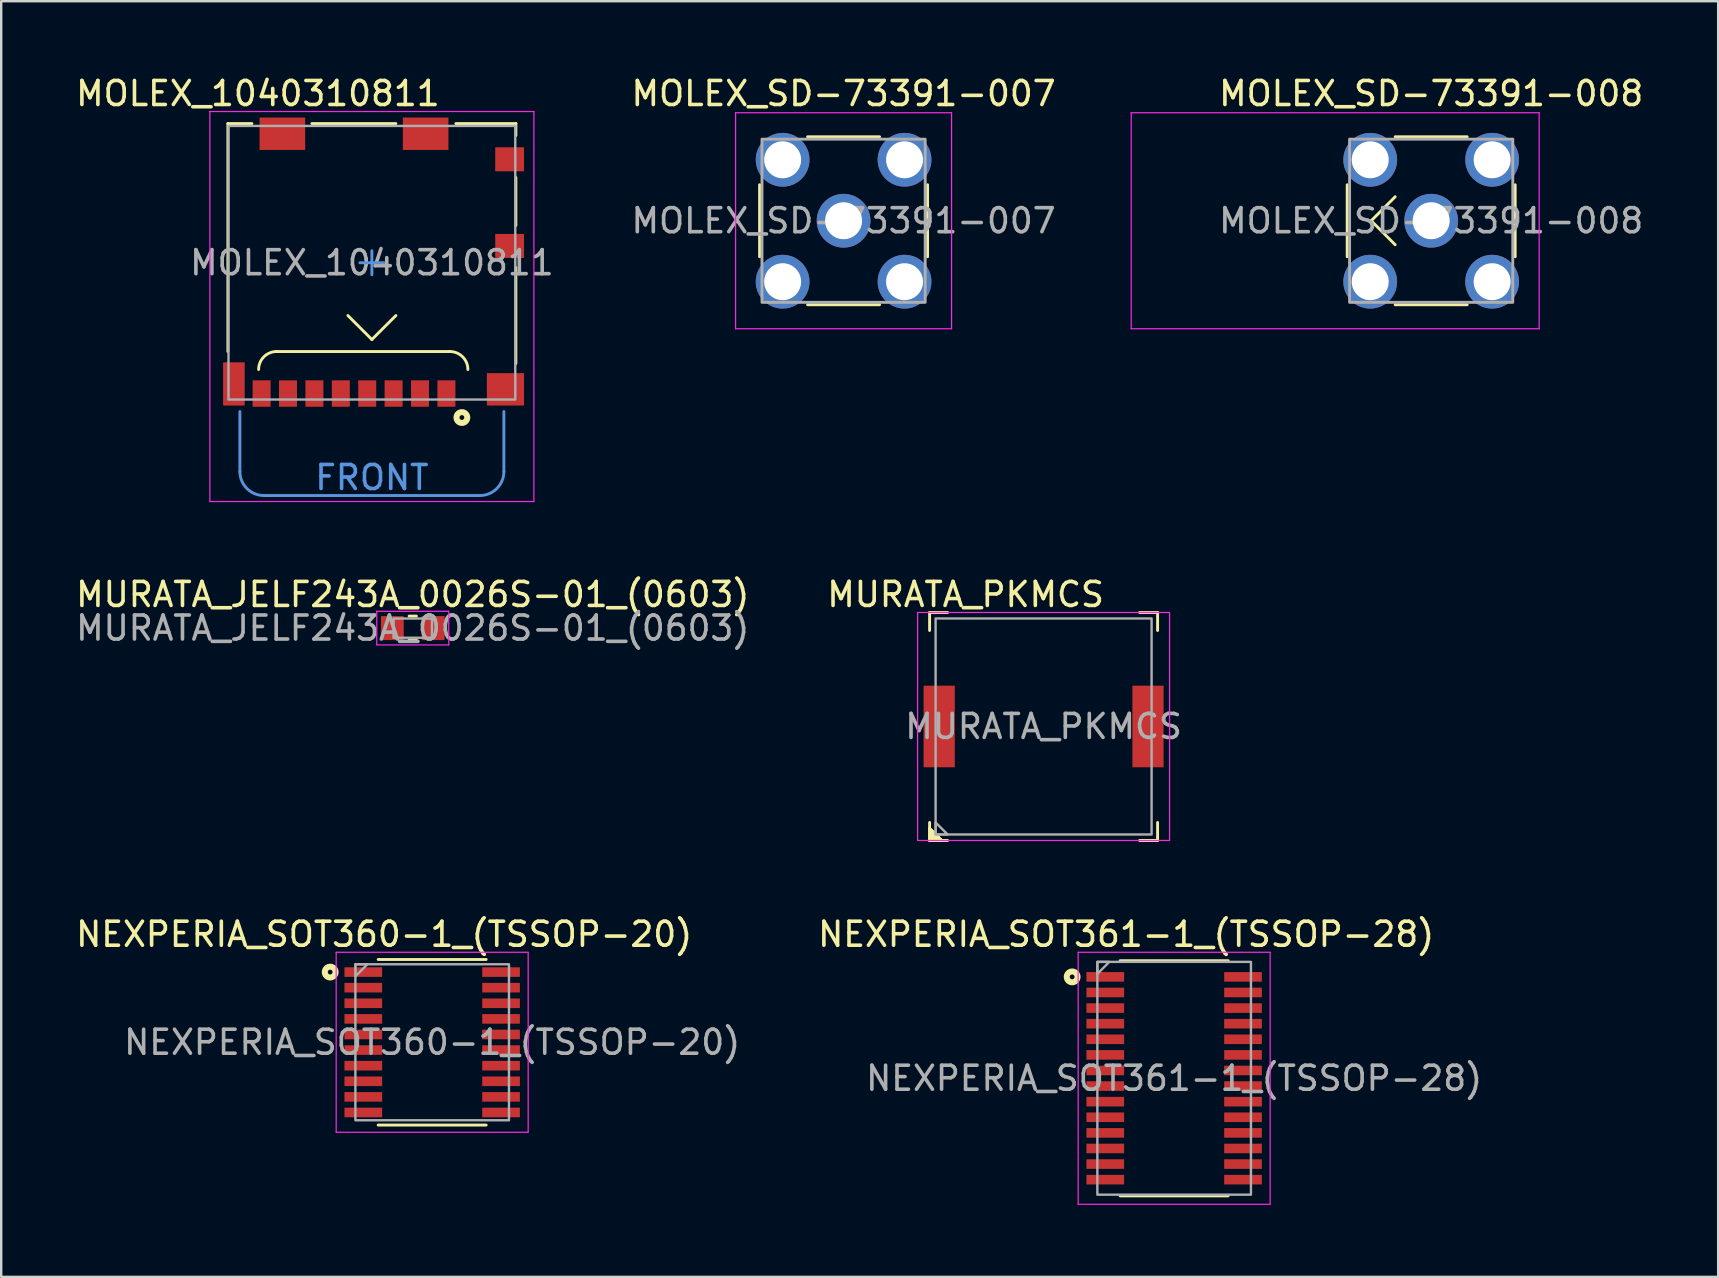
<source format=kicad_pcb>
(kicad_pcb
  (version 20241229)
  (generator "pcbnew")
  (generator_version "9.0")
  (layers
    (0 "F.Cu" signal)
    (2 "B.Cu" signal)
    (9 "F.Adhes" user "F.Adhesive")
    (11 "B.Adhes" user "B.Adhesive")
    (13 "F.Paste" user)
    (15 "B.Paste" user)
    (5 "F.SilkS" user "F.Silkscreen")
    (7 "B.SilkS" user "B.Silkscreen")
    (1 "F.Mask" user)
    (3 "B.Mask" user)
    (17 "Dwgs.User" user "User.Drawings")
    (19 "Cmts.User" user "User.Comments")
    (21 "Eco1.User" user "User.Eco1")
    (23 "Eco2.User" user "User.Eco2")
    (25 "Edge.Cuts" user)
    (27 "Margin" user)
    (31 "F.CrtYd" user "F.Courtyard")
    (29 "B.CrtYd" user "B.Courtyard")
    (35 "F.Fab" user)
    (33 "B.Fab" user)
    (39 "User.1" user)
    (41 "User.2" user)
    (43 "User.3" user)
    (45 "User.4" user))
  (footprint "NEXPERIA_SOT360-1_(TSSOP-20)"
    (layer "F.Cu")
    (at 14.958 40.38)
    (property "Reference" "NEXPERIA_SOT360-1_(TSSOP-20)" (at -2 -4.5 0) (unlocked yes) (layer "F.SilkS") (effects (font (size 1 1) (thickness 0.15))))
    (attr smd)
    (fp_line (start 2.25 -3.45) (end -2.25 -3.45) (stroke (width 0.12) (type solid)) (layer "F.SilkS"))
    (fp_line (start 2.25 3.45) (end -2.25 3.45) (stroke (width 0.12) (type solid)) (layer "F.SilkS"))
    (fp_circle (center -4.25 -2.925) (end -4.15 -2.925) (stroke (width 0.25) (type solid)) (fill no) (layer "F.SilkS"))
    (fp_line (start -4 -3.75) (end 4 -3.75) (stroke (width 0.05) (type solid)) (layer "F.CrtYd"))
    (fp_line (start -4 3.75) (end -4 -3.75) (stroke (width 0.05) (type solid)) (layer "F.CrtYd"))
    (fp_line (start 4 -3.75) (end 4 3.75) (stroke (width 0.05) (type solid)) (layer "F.CrtYd"))
    (fp_line (start 4 3.75) (end -4 3.75) (stroke (width 0.05) (type solid)) (layer "F.CrtYd"))
    (fp_rect (start 3.2 -3.25) (end -3.2 3.25) (stroke (width 0.1) (type solid)) (fill no) (layer "F.Fab"))
    (fp_poly (pts (xy -3.2 -2.75) (xy -3.2 -3.25) (xy -2.7 -3.25)) (stroke (width 0.1) (type solid)) (fill no) (layer "F.Fab"))
    (fp_text user "${REFERENCE}" (at 0 0 0) (unlocked yes) (layer "F.Fab") (effects (font (size 1 1) (thickness 0.15))))
    (pad "1" smd rect (at -2.87 -2.925) (size 1.57 0.4) (layers "F.Cu" "F.Mask" "F.Paste"))
    (pad "2" smd rect (at -2.87 -2.275) (size 1.57 0.4) (layers "F.Cu" "F.Mask" "F.Paste"))
    (pad "3" smd rect (at -2.87 -1.625) (size 1.57 0.4) (layers "F.Cu" "F.Mask" "F.Paste"))
    (pad "4" smd rect (at -2.87 -0.975) (size 1.57 0.4) (layers "F.Cu" "F.Mask" "F.Paste"))
    (pad "5" smd rect (at -2.87 -0.325) (size 1.57 0.4) (layers "F.Cu" "F.Mask" "F.Paste"))
    (pad "6" smd rect (at -2.87 0.325) (size 1.57 0.4) (layers "F.Cu" "F.Mask" "F.Paste"))
    (pad "7" smd rect (at -2.87 0.975) (size 1.57 0.4) (layers "F.Cu" "F.Mask" "F.Paste"))
    (pad "8" smd rect (at -2.87 1.625) (size 1.57 0.4) (layers "F.Cu" "F.Mask" "F.Paste"))
    (pad "9" smd rect (at -2.87 2.275) (size 1.57 0.4) (layers "F.Cu" "F.Mask" "F.Paste"))
    (pad "10" smd rect (at -2.87 2.925) (size 1.57 0.4) (layers "F.Cu" "F.Mask" "F.Paste"))
    (pad "11" smd rect (at 2.87 2.925) (size 1.57 0.4) (layers "F.Cu" "F.Mask" "F.Paste"))
    (pad "12" smd rect (at 2.87 2.275) (size 1.57 0.4) (layers "F.Cu" "F.Mask" "F.Paste"))
    (pad "13" smd rect (at 2.87 1.625) (size 1.57 0.4) (layers "F.Cu" "F.Mask" "F.Paste"))
    (pad "14" smd rect (at 2.87 0.975) (size 1.57 0.4) (layers "F.Cu" "F.Mask" "F.Paste"))
    (pad "15" smd rect (at 2.87 0.325) (size 1.57 0.4) (layers "F.Cu" "F.Mask" "F.Paste"))
    (pad "16" smd rect (at 2.87 -0.325) (size 1.57 0.4) (layers "F.Cu" "F.Mask" "F.Paste"))
    (pad "17" smd rect (at 2.87 -0.975) (size 1.57 0.4) (layers "F.Cu" "F.Mask" "F.Paste"))
    (pad "18" smd rect (at 2.87 -1.625) (size 1.57 0.4) (layers "F.Cu" "F.Mask" "F.Paste"))
    (pad "19" smd rect (at 2.87 -2.275) (size 1.57 0.4) (layers "F.Cu" "F.Mask" "F.Paste"))
    (pad "20" smd rect (at 2.87 -2.925) (size 1.57 0.4) (layers "F.Cu" "F.Mask" "F.Paste")))
  (footprint "MOLEX_SD-73391-008"
    (layer "F.Cu")
    (at 56.585 6.148)
    (property "Reference" "MOLEX_SD-73391-008" (at 0 -5.3 0) (unlocked yes) (layer "F.SilkS") (effects (font (size 1 1) (thickness 0.15))))
    (attr smd)
    (fp_line (start -3.5 -1.5) (end -3.5 1.5) (stroke (width 0.12) (type solid)) (layer "F.SilkS"))
    (fp_line (start -2.5 0) (end -1.5 -1) (stroke (width 0.12) (type solid)) (layer "F.SilkS"))
    (fp_line (start -2.5 0) (end -1.5 1) (stroke (width 0.12) (type solid)) (layer "F.SilkS"))
    (fp_line (start -1.5 -3.5) (end 1.5 -3.5) (stroke (width 0.12) (type solid)) (layer "F.SilkS"))
    (fp_line (start -1.5 3.5) (end 1.5 3.5) (stroke (width 0.12) (type solid)) (layer "F.SilkS"))
    (fp_line (start 3.5 -1.5) (end 3.5 1.5) (stroke (width 0.12) (type solid)) (layer "F.SilkS"))
    (fp_line (start -12.5 -4.5) (end -12.5 4.5) (stroke (width 0.05) (type solid)) (layer "F.CrtYd"))
    (fp_line (start 4.5 -4.5) (end -12.5 -4.5) (stroke (width 0.05) (type solid)) (layer "F.CrtYd"))
    (fp_line (start 4.5 4.5) (end -12.5 4.5) (stroke (width 0.05) (type solid)) (layer "F.CrtYd"))
    (fp_line (start 4.5 4.5) (end 4.5 -4.5) (stroke (width 0.05) (type solid)) (layer "F.CrtYd"))
    (fp_rect (start -3.4 -3.4) (end 3.4 3.4) (stroke (width 0.12) (type solid)) (fill no) (layer "F.Fab"))
    (fp_text user "${REFERENCE}" (at 0 0 0) (unlocked yes) (layer "F.Fab") (effects (font (size 1 1) (thickness 0.15))))
    (pad "ANT" thru_hole circle (at 0 0) (size 2.24 2.24) (drill 1.54) (layers "*.Cu" "*.Mask"))
    (pad "GND1" thru_hole circle (at -2.54 -2.54) (size 2.24 2.24) (drill 1.54) (layers "*.Cu" "*.Mask"))
    (pad "GND2" thru_hole circle (at 2.54 -2.54) (size 2.24 2.24) (drill 1.54) (layers "*.Cu" "*.Mask"))
    (pad "GND3" thru_hole circle (at -2.54 2.54) (size 2.24 2.24) (drill 1.54) (layers "*.Cu" "*.Mask"))
    (pad "GND4" thru_hole circle (at 2.54 2.54) (size 2.24 2.24) (drill 1.54) (layers "*.Cu" "*.Mask")))
  (footprint "MOLEX_1040310811"
    (layer "F.Cu")
    (at 12.446 7.898)
    (property "Reference" "MOLEX_1040310811" (at -4.75 -7.05 0) (unlocked yes) (layer "F.SilkS") (effects (font (size 1 1) (thickness 0.15))))
    (attr smd)
    (fp_line (start -6 3.7) (end -6 -5.8) (stroke (width 0.12) (type solid)) (layer "F.SilkS"))
    (fp_line (start -5 -5.8) (end -6 -5.8) (stroke (width 0.12) (type solid)) (layer "F.SilkS"))
    (fp_line (start -1 2.2) (end 0 3.2) (stroke (width 0.12) (type solid)) (layer "F.SilkS"))
    (fp_line (start 0 3.2) (end 1 2.2) (stroke (width 0.12) (type solid)) (layer "F.SilkS"))
    (fp_line (start 1 -5.8) (end -2.5 -5.8) (stroke (width 0.12) (type solid)) (layer "F.SilkS"))
    (fp_line (start 3.25 3.7) (end -4 3.7) (stroke (width 0.12) (type solid)) (layer "F.SilkS"))
    (fp_line (start 6 -5.8) (end 3.5 -5.8) (stroke (width 0.12) (type solid)) (layer "F.SilkS"))
    (fp_line (start 6 -5.3) (end 6 -5.8) (stroke (width 0.12) (type solid)) (layer "F.SilkS"))
    (fp_line (start 6 -1.55) (end 6 -3.55) (stroke (width 0.12) (type solid)) (layer "F.SilkS"))
    (fp_line (start 6 4.2) (end 6 0.2) (stroke (width 0.12) (type solid)) (layer "F.SilkS"))
    (fp_arc (start -4.71967 4.45) (mid -4.5 3.91967) (end -3.96967 3.7) (stroke (width 0.12) (type solid)) (layer "F.SilkS"))
    (fp_arc (start 3.25 3.7) (mid 3.78033 3.91967) (end 4 4.45) (stroke (width 0.12) (type solid)) (layer "F.SilkS"))
    (fp_circle (center 3.75 6.45) (end 3.85 6.45) (stroke (width 0.25) (type solid)) (fill no) (layer "F.SilkS"))
    (fp_line (start -5.5 6.2) (end -5.5 8.7) (stroke (width 0.12) (type solid)) (layer "Cmts.User"))
    (fp_line (start -4.5 9.7) (end 4.5 9.7) (stroke (width 0.12) (type solid)) (layer "Cmts.User"))
    (fp_line (start -0.5 0) (end 0.5 0) (stroke (width 0.12) (type solid)) (layer "Cmts.User"))
    (fp_line (start 0 0.5) (end 0 -0.5) (stroke (width 0.12) (type solid)) (layer "Cmts.User"))
    (fp_line (start 5.5 8.7) (end 5.5 6.2) (stroke (width 0.12) (type solid)) (layer "Cmts.User"))
    (fp_arc (start -4.5 9.7) (mid -5.207106 9.407107) (end -5.5 8.7) (stroke (width 0.12) (type solid)) (layer "Cmts.User"))
    (fp_arc (start 5.5 8.7) (mid 5.207107 9.407106) (end 4.5 9.7) (stroke (width 0.12) (type solid)) (layer "Cmts.User"))
    (fp_line (start -6.75 9.95) (end -6.75 -6.3) (stroke (width 0.05) (type solid)) (layer "F.CrtYd"))
    (fp_line (start 6.75 -6.3) (end -6.75 -6.3) (stroke (width 0.05) (type solid)) (layer "F.CrtYd"))
    (fp_line (start 6.75 9.95) (end -6.75 9.95) (stroke (width 0.05) (type solid)) (layer "F.CrtYd"))
    (fp_line (start 6.75 9.95) (end 6.75 -6.3) (stroke (width 0.05) (type solid)) (layer "F.CrtYd"))
    (fp_rect (start 5.975 5.7) (end -5.975 -5.7) (stroke (width 0.1) (type solid)) (fill no) (layer "F.Fab"))
    (fp_text user "FRONT" (at 0 8.95 0) (unlocked yes) (layer "Cmts.User") (effects (font (size 1 1) (thickness 0.15))))
    (fp_text user "${REFERENCE}" (at 0 0 0) (unlocked yes) (layer "F.Fab") (effects (font (size 1 1) (thickness 0.15))))
    (pad "1" smd rect (at 3.105 5.45) (size 0.75 1.1) (layers "F.Cu" "F.Mask" "F.Paste"))
    (pad "2" smd rect (at 2.005 5.45) (size 0.75 1.1) (layers "F.Cu" "F.Mask" "F.Paste"))
    (pad "3" smd rect (at 0.905 5.45) (size 0.75 1.1) (layers "F.Cu" "F.Mask" "F.Paste"))
    (pad "4" smd rect (at -0.195 5.45) (size 0.75 1.1) (layers "F.Cu" "F.Mask" "F.Paste"))
    (pad "5" smd rect (at -1.295 5.45) (size 0.75 1.1) (layers "F.Cu" "F.Mask" "F.Paste"))
    (pad "6" smd rect (at -2.395 5.45) (size 0.75 1.1) (layers "F.Cu" "F.Mask" "F.Paste"))
    (pad "7" smd rect (at -3.495 5.45) (size 0.75 1.1) (layers "F.Cu" "F.Mask" "F.Paste"))
    (pad "8" smd rect (at -4.595 5.45) (size 0.75 1.1) (layers "F.Cu" "F.Mask" "F.Paste"))
    (pad "CD1" smd rect (at 5.74 -4.31) (size 1.2 1) (layers "F.Cu" "F.Mask" "F.Paste"))
    (pad "CD2" smd rect (at 5.74 -0.7) (size 1.2 1) (layers "F.Cu" "F.Mask" "F.Paste"))
    (pad "G1" smd rect (at 5.565 5.275) (size 1.55 1.35) (layers "F.Cu" "F.Mask" "F.Paste"))
    (pad "G2" smd rect (at -5.75 5.05) (size 0.9 1.8) (layers "F.Cu" "F.Mask" "F.Paste"))
    (pad "G3" smd rect (at -3.73 -5.375) (size 1.9 1.35) (layers "F.Cu" "F.Mask" "F.Paste"))
    (pad "G4" smd rect (at 2.24 -5.375) (size 1.9 1.35) (layers "F.Cu" "F.Mask" "F.Paste")))
  (footprint "MURATA_PKMCS"
    (layer "F.Cu")
    (at 40.435 27.221)
    (property "Reference" "MURATA_PKMCS" (at -3.25 -5.5 0) (unlocked yes) (layer "F.SilkS") (effects (font (size 1 1) (thickness 0.15))))
    (attr smd)
    (fp_line (start -4.75 -4) (end -4.75 -4.75) (stroke (width 0.12) (type solid)) (layer "F.SilkS"))
    (fp_line (start -4.75 4.25) (end -4.25 4.75) (stroke (width 0.12) (type solid)) (layer "F.SilkS"))
    (fp_line (start -4.75 4.75) (end -4.75 4) (stroke (width 0.12) (type solid)) (layer "F.SilkS"))
    (fp_line (start -4 -4.75) (end -4.75 -4.75) (stroke (width 0.12) (type solid)) (layer "F.SilkS"))
    (fp_line (start -4 4.75) (end -4.75 4.75) (stroke (width 0.12) (type solid)) (layer "F.SilkS"))
    (fp_line (start 4 -4.75) (end 4.75 -4.75) (stroke (width 0.12) (type solid)) (layer "F.SilkS"))
    (fp_line (start 4 4.75) (end 4.75 4.75) (stroke (width 0.12) (type solid)) (layer "F.SilkS"))
    (fp_line (start 4.75 -4.75) (end 4.75 -4) (stroke (width 0.12) (type solid)) (layer "F.SilkS"))
    (fp_line (start 4.75 4) (end 4.75 4.75) (stroke (width 0.12) (type solid)) (layer "F.SilkS"))
    (fp_poly (pts (xy -4.25 4.75) (xy -4.75 4.75) (xy -4.75 4.25)) (stroke (width 0.12) (type solid)) (fill yes) (layer "F.SilkS"))
    (fp_rect (start -5.25 -4.75) (end 5.25 4.75) (stroke (width 0.05) (type solid)) (fill no) (layer "F.CrtYd"))
    (fp_rect (start -4.5 -4.5) (end 4.5 4.5) (stroke (width 0.1) (type solid)) (fill no) (layer "F.Fab"))
    (fp_poly (pts (xy -4 4.5) (xy -4.5 4.5) (xy -4.5 4)) (stroke (width 0.1) (type solid)) (fill no) (layer "F.Fab"))
    (fp_text user "${REFERENCE}" (at 0 0 0) (unlocked yes) (layer "F.Fab") (effects (font (size 1 1) (thickness 0.15))))
    (pad "1" smd rect (at -4.35 0) (size 1.3 3.4) (layers "F.Cu" "F.Mask" "F.Paste"))
    (pad "2" smd rect (at 4.35 0) (size 1.3 3.4) (layers "F.Cu" "F.Mask" "F.Paste")))
  (footprint "MOLEX_SD-73391-007"
    (layer "F.Cu")
    (at 32.101 6.148)
    (property "Reference" "MOLEX_SD-73391-007" (at 0 -5.3 0) (unlocked yes) (layer "F.SilkS") (effects (font (size 1 1) (thickness 0.15))))
    (attr smd)
    (fp_line (start -3.5 -1.5) (end -3.5 1.5) (stroke (width 0.12) (type solid)) (layer "F.SilkS"))
    (fp_line (start -1.5 -3.5) (end 1.5 -3.5) (stroke (width 0.12) (type solid)) (layer "F.SilkS"))
    (fp_line (start -1.5 3.5) (end 1.5 3.5) (stroke (width 0.12) (type solid)) (layer "F.SilkS"))
    (fp_line (start 3.5 -1.5) (end 3.5 1.5) (stroke (width 0.12) (type solid)) (layer "F.SilkS"))
    (fp_line (start -4.5 -4.5) (end -4.5 4.5) (stroke (width 0.05) (type solid)) (layer "F.CrtYd"))
    (fp_line (start 4.5 -4.5) (end -4.5 -4.5) (stroke (width 0.05) (type solid)) (layer "F.CrtYd"))
    (fp_line (start 4.5 4.5) (end -4.5 4.5) (stroke (width 0.05) (type solid)) (layer "F.CrtYd"))
    (fp_line (start 4.5 4.5) (end 4.5 -4.5) (stroke (width 0.05) (type solid)) (layer "F.CrtYd"))
    (fp_rect (start -3.4 -3.4) (end 3.4 3.4) (stroke (width 0.12) (type solid)) (fill no) (layer "F.Fab"))
    (fp_text user "${REFERENCE}" (at 0 0 0) (unlocked yes) (layer "F.Fab") (effects (font (size 1 1) (thickness 0.15))))
    (pad "ANT" thru_hole circle (at 0 0) (size 2.24 2.24) (drill 1.54) (layers "*.Cu" "*.Mask"))
    (pad "GND1" thru_hole circle (at -2.54 -2.54) (size 2.24 2.24) (drill 1.54) (layers "*.Cu" "*.Mask"))
    (pad "GND2" thru_hole circle (at 2.54 -2.54) (size 2.24 2.24) (drill 1.54) (layers "*.Cu" "*.Mask"))
    (pad "GND3" thru_hole circle (at -2.54 2.54) (size 2.24 2.24) (drill 1.54) (layers "*.Cu" "*.Mask"))
    (pad "GND4" thru_hole circle (at 2.54 2.54) (size 2.24 2.24) (drill 1.54) (layers "*.Cu" "*.Mask")))
  (footprint "MURATA_JELF243A_0026S-01_(0603)"
    (layer "F.Cu")
    (at 14.149 23.122)
    (property "Reference" "MURATA_JELF243A_0026S-01_(0603)" (at 0 -1.4 0) (unlocked yes) (layer "F.SilkS") (effects (font (size 1 1) (thickness 0.15))))
    (attr smd)
    (fp_line (start -0.15 -0.5) (end 0.15 -0.5) (stroke (width 0.12) (type solid)) (layer "F.SilkS"))
    (fp_line (start -0.15 0.5) (end 0.15 0.5) (stroke (width 0.12) (type solid)) (layer "F.SilkS"))
    (fp_line (start -1.5 0.7) (end -1.5 -0.7) (stroke (width 0.05) (type solid)) (layer "F.CrtYd"))
    (fp_line (start 1.5 -0.7) (end -1.5 -0.7) (stroke (width 0.05) (type solid)) (layer "F.CrtYd"))
    (fp_line (start 1.5 0.7) (end -1.5 0.7) (stroke (width 0.05) (type solid)) (layer "F.CrtYd"))
    (fp_line (start 1.5 0.7) (end 1.5 -0.7) (stroke (width 0.05) (type solid)) (layer "F.CrtYd"))
    (fp_rect (start -0.8 -0.4) (end 0.8 0.4) (stroke (width 0.1) (type solid)) (fill no) (layer "F.Fab"))
    (fp_text user "${REFERENCE}" (at 0 0 0) (unlocked yes) (layer "F.Fab") (effects (font (size 1 1) (thickness 0.15))))
    (pad "1" smd rect (at -0.85 0) (size 0.95 1) (layers "F.Cu" "F.Mask" "F.Paste"))
    (pad "2" smd rect (at 0.85 0) (size 0.95 1) (layers "F.Cu" "F.Mask" "F.Paste")))
  (footprint "NEXPERIA_SOT361-1_(TSSOP-28)"
    (layer "F.Cu")
    (at 45.875 41.88)
    (property "Reference" "NEXPERIA_SOT361-1_(TSSOP-28)" (at -2 -6 0) (unlocked yes) (layer "F.SilkS") (effects (font (size 1 1) (thickness 0.15))))
    (attr smd)
    (fp_line (start 2.25 -4.9) (end -2.25 -4.9) (stroke (width 0.12) (type solid)) (layer "F.SilkS"))
    (fp_line (start 2.25 4.9) (end -2.25 4.9) (stroke (width 0.12) (type solid)) (layer "F.SilkS"))
    (fp_circle (center -4.25 -4.225) (end -4.15 -4.225) (stroke (width 0.25) (type solid)) (fill no) (layer "F.SilkS"))
    (fp_line (start -4 -5.25) (end 4 -5.25) (stroke (width 0.05) (type solid)) (layer "F.CrtYd"))
    (fp_line (start -4 5.25) (end -4 -5.25) (stroke (width 0.05) (type solid)) (layer "F.CrtYd"))
    (fp_line (start 4 -5.25) (end 4 5.25) (stroke (width 0.05) (type solid)) (layer "F.CrtYd"))
    (fp_line (start 4 5.25) (end -4 5.25) (stroke (width 0.05) (type solid)) (layer "F.CrtYd"))
    (fp_rect (start 3.2 -4.85) (end -3.2 4.85) (stroke (width 0.1) (type solid)) (fill no) (layer "F.Fab"))
    (fp_poly (pts (xy -3.2 -4.35) (xy -3.2 -4.85) (xy -2.7 -4.85)) (stroke (width 0.1) (type solid)) (fill no) (layer "F.Fab"))
    (fp_text user "${REFERENCE}" (at 0 0 0) (unlocked yes) (layer "F.Fab") (effects (font (size 1 1) (thickness 0.15))))
    (pad "1" smd rect (at -2.87 -4.225) (size 1.57 0.4) (layers "F.Cu" "F.Mask" "F.Paste"))
    (pad "2" smd rect (at -2.87 -3.575) (size 1.57 0.4) (layers "F.Cu" "F.Mask" "F.Paste"))
    (pad "3" smd rect (at -2.87 -2.925) (size 1.57 0.4) (layers "F.Cu" "F.Mask" "F.Paste"))
    (pad "4" smd rect (at -2.87 -2.275) (size 1.57 0.4) (layers "F.Cu" "F.Mask" "F.Paste"))
    (pad "5" smd rect (at -2.87 -1.625) (size 1.57 0.4) (layers "F.Cu" "F.Mask" "F.Paste"))
    (pad "6" smd rect (at -2.87 -0.975) (size 1.57 0.4) (layers "F.Cu" "F.Mask" "F.Paste"))
    (pad "7" smd rect (at -2.87 -0.325) (size 1.57 0.4) (layers "F.Cu" "F.Mask" "F.Paste"))
    (pad "8" smd rect (at -2.87 0.325) (size 1.57 0.4) (layers "F.Cu" "F.Mask" "F.Paste"))
    (pad "9" smd rect (at -2.87 0.975) (size 1.57 0.4) (layers "F.Cu" "F.Mask" "F.Paste"))
    (pad "10" smd rect (at -2.87 1.625) (size 1.57 0.4) (layers "F.Cu" "F.Mask" "F.Paste"))
    (pad "11" smd rect (at -2.87 2.275) (size 1.57 0.4) (layers "F.Cu" "F.Mask" "F.Paste"))
    (pad "12" smd rect (at -2.87 2.925) (size 1.57 0.4) (layers "F.Cu" "F.Mask" "F.Paste"))
    (pad "13" smd rect (at -2.87 3.575) (size 1.57 0.4) (layers "F.Cu" "F.Mask" "F.Paste"))
    (pad "14" smd rect (at -2.87 4.225) (size 1.57 0.4) (layers "F.Cu" "F.Mask" "F.Paste"))
    (pad "15" smd rect (at 2.87 4.225) (size 1.57 0.4) (layers "F.Cu" "F.Mask" "F.Paste"))
    (pad "16" smd rect (at 2.87 3.575) (size 1.57 0.4) (layers "F.Cu" "F.Mask" "F.Paste"))
    (pad "17" smd rect (at 2.87 2.925) (size 1.57 0.4) (layers "F.Cu" "F.Mask" "F.Paste"))
    (pad "18" smd rect (at 2.87 2.275) (size 1.57 0.4) (layers "F.Cu" "F.Mask" "F.Paste"))
    (pad "19" smd rect (at 2.87 1.625) (size 1.57 0.4) (layers "F.Cu" "F.Mask" "F.Paste"))
    (pad "20" smd rect (at 2.87 0.975) (size 1.57 0.4) (layers "F.Cu" "F.Mask" "F.Paste"))
    (pad "21" smd rect (at 2.87 0.325) (size 1.57 0.4) (layers "F.Cu" "F.Mask" "F.Paste"))
    (pad "22" smd rect (at 2.87 -0.325) (size 1.57 0.4) (layers "F.Cu" "F.Mask" "F.Paste"))
    (pad "23" smd rect (at 2.87 -0.975) (size 1.57 0.4) (layers "F.Cu" "F.Mask" "F.Paste"))
    (pad "24" smd rect (at 2.87 -1.625) (size 1.57 0.4) (layers "F.Cu" "F.Mask" "F.Paste"))
    (pad "25" smd rect (at 2.87 -2.275) (size 1.57 0.4) (layers "F.Cu" "F.Mask" "F.Paste"))
    (pad "26" smd rect (at 2.87 -2.925) (size 1.57 0.4) (layers "F.Cu" "F.Mask" "F.Paste"))
    (pad "27" smd rect (at 2.87 -3.575) (size 1.57 0.4) (layers "F.Cu" "F.Mask" "F.Paste"))
    (pad "28" smd rect (at 2.87 -4.225) (size 1.57 0.4) (layers "F.Cu" "F.Mask" "F.Paste")))
  (gr_rect
    (start -3 -3)
    (end 68.543 50.155)
    (stroke (width 0.1) (type default))
    (fill no)
    (layer "Edge.Cuts")))
</source>
